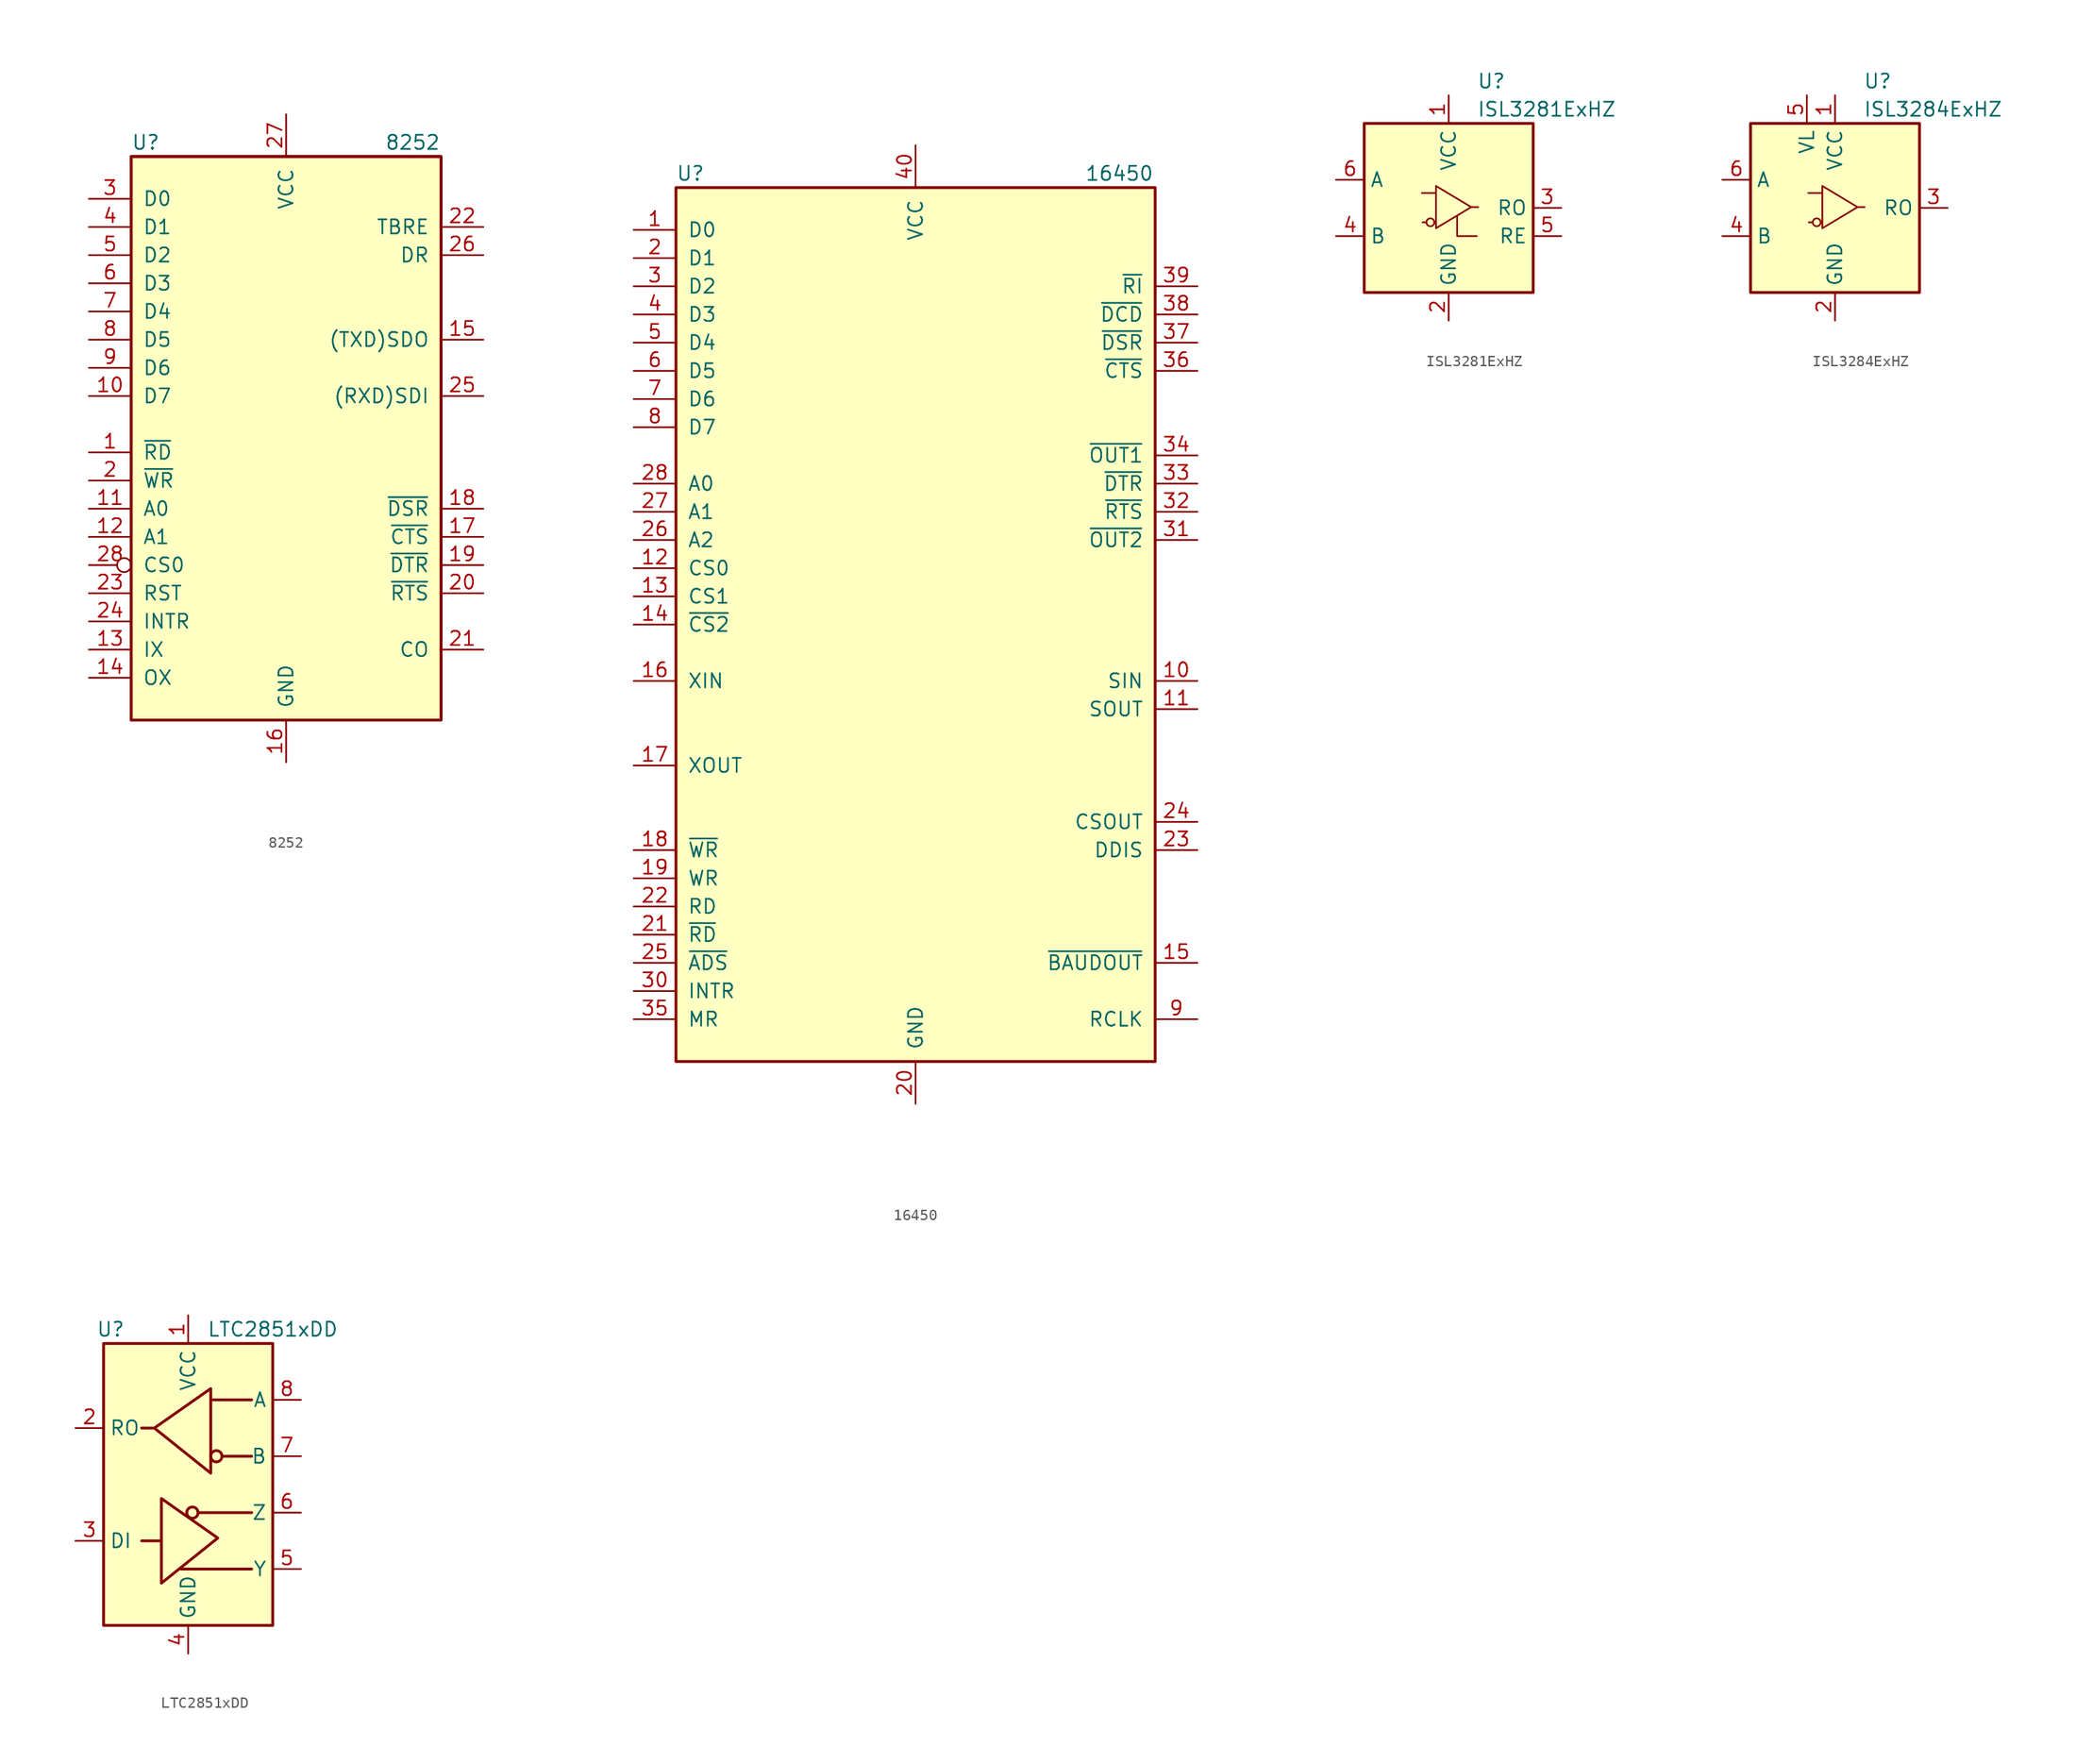
<source format=kicad_sym>
(kicad_symbol_lib
  (version 20220914)
  (generator kicad_symbol_editor)
  (symbol "8252"
    (pin_names
      (offset 1.016))
    (property "Reference" "U"
      (at -13.97 25.4 0)
      (effects (font (size 1.27 1.27)) (justify left)))
    (property "Value" "8252"
      (at 8.89 25.4 0)
      (effects (font (size 1.27 1.27)) (justify left)))
    (symbol "8252_0_1"
      (rectangle (start -13.97 -26.67) (end 13.97 24.13) (stroke (width 0.254) (type default)) (fill (type background)))
      (rectangle (start -13.97 -26.67) (end 13.97 24.13) (stroke (width 0.254) (type default)) (fill (type background))))
    (symbol "8252_1_1"
      (pin input line (at -17.78 -2.54 0) (length 3.81) (name "~{RD}" (effects (font (size 1.27 1.27)))) (number "1" (effects (font (size 1.27 1.27)))))
      (pin bidirectional line (at -17.78 2.54 0) (length 3.81) (name "D7" (effects (font (size 1.27 1.27)))) (number "10" (effects (font (size 1.27 1.27)))))
      (pin input line (at -17.78 -7.62 0) (length 3.81) (name "A0" (effects (font (size 1.27 1.27)))) (number "11" (effects (font (size 1.27 1.27)))))
      (pin input line (at -17.78 -10.16 0) (length 3.81) (name "A1" (effects (font (size 1.27 1.27)))) (number "12" (effects (font (size 1.27 1.27)))))
      (pin input line (at -17.78 -20.32 0) (length 3.81) (name "IX" (effects (font (size 1.27 1.27)))) (number "13" (effects (font (size 1.27 1.27)))))
      (pin output line (at -17.78 -22.86 0) (length 3.81) (name "OX" (effects (font (size 1.27 1.27)))) (number "14" (effects (font (size 1.27 1.27)))))
      (pin output line (at 17.78 7.62 180) (length 3.81) (name "(TXD)SDO" (effects (font (size 1.27 1.27)))) (number "15" (effects (font (size 1.27 1.27)))))
      (pin power_in line (at 0 -30.48 90) (length 3.81) (name "GND" (effects (font (size 1.27 1.27)))) (number "16" (effects (font (size 1.27 1.27)))))
      (pin input line (at 17.78 -10.16 180) (length 3.81) (name "~{CTS}" (effects (font (size 1.27 1.27)))) (number "17" (effects (font (size 1.27 1.27)))))
      (pin input line (at 17.78 -7.62 180) (length 3.81) (name "~{DSR}" (effects (font (size 1.27 1.27)))) (number "18" (effects (font (size 1.27 1.27)))))
      (pin output line (at 17.78 -12.7 180) (length 3.81) (name "~{DTR}" (effects (font (size 1.27 1.27)))) (number "19" (effects (font (size 1.27 1.27)))))
      (pin input line (at -17.78 -5.08 0) (length 3.81) (name "~{WR}" (effects (font (size 1.27 1.27)))) (number "2" (effects (font (size 1.27 1.27)))))
      (pin output line (at 17.78 -15.24 180) (length 3.81) (name "~{RTS}" (effects (font (size 1.27 1.27)))) (number "20" (effects (font (size 1.27 1.27)))))
      (pin output line (at 17.78 -20.32 180) (length 3.81) (name "CO" (effects (font (size 1.27 1.27)))) (number "21" (effects (font (size 1.27 1.27)))))
      (pin output line (at 17.78 17.78 180) (length 3.81) (name "TBRE" (effects (font (size 1.27 1.27)))) (number "22" (effects (font (size 1.27 1.27)))))
      (pin input line (at -17.78 -15.24 0) (length 3.81) (name "RST" (effects (font (size 1.27 1.27)))) (number "23" (effects (font (size 1.27 1.27)))))
      (pin output line (at -17.78 -17.78 0) (length 3.81) (name "INTR" (effects (font (size 1.27 1.27)))) (number "24" (effects (font (size 1.27 1.27)))))
      (pin input line (at 17.78 2.54 180) (length 3.81) (name "(RXD)SDI" (effects (font (size 1.27 1.27)))) (number "25" (effects (font (size 1.27 1.27)))))
      (pin output line (at 17.78 15.24 180) (length 3.81) (name "DR" (effects (font (size 1.27 1.27)))) (number "26" (effects (font (size 1.27 1.27)))))
      (pin power_in line (at 0 27.94 270) (length 3.81) (name "VCC" (effects (font (size 1.27 1.27)))) (number "27" (effects (font (size 1.27 1.27)))))
      (pin input inverted (at -17.78 -12.7 0) (length 3.81) (name "CS0" (effects (font (size 1.27 1.27)))) (number "28" (effects (font (size 1.27 1.27)))))
      (pin bidirectional line (at -17.78 20.32 0) (length 3.81) (name "D0" (effects (font (size 1.27 1.27)))) (number "3" (effects (font (size 1.27 1.27)))))
      (pin bidirectional line (at -17.78 17.78 0) (length 3.81) (name "D1" (effects (font (size 1.27 1.27)))) (number "4" (effects (font (size 1.27 1.27)))))
      (pin bidirectional line (at -17.78 15.24 0) (length 3.81) (name "D2" (effects (font (size 1.27 1.27)))) (number "5" (effects (font (size 1.27 1.27)))))
      (pin bidirectional line (at -17.78 12.7 0) (length 3.81) (name "D3" (effects (font (size 1.27 1.27)))) (number "6" (effects (font (size 1.27 1.27)))))
      (pin bidirectional line (at -17.78 10.16 0) (length 3.81) (name "D4" (effects (font (size 1.27 1.27)))) (number "7" (effects (font (size 1.27 1.27)))))
      (pin bidirectional line (at -17.78 7.62 0) (length 3.81) (name "D5" (effects (font (size 1.27 1.27)))) (number "8" (effects (font (size 1.27 1.27)))))
      (pin bidirectional line (at -17.78 5.08 0) (length 3.81) (name "D6" (effects (font (size 1.27 1.27)))) (number "9" (effects (font (size 1.27 1.27)))))))
  (symbol "16450"
    (pin_names
      (offset 1.016))
    (property "Reference" "U"
      (at -21.59 40.64 0)
      (effects (font (size 1.27 1.27)) (justify left)))
    (property "Value" "16450"
      (at 15.24 40.64 0)
      (effects (font (size 1.27 1.27)) (justify left)))
    (symbol "16450_0_1"
      (rectangle (start -21.59 -39.37) (end 21.59 39.37) (stroke (width 0.254) (type default)) (fill (type background))))
    (symbol "16450_1_1"
      (pin bidirectional line (at -25.4 35.56 0) (length 3.81) (name "D0" (effects (font (size 1.27 1.27)))) (number "1" (effects (font (size 1.27 1.27)))))
      (pin input line (at 25.4 -5.08 180) (length 3.81) (name "SIN" (effects (font (size 1.27 1.27)))) (number "10" (effects (font (size 1.27 1.27)))))
      (pin output line (at 25.4 -7.62 180) (length 3.81) (name "SOUT" (effects (font (size 1.27 1.27)))) (number "11" (effects (font (size 1.27 1.27)))))
      (pin input line (at -25.4 5.08 0) (length 3.81) (name "CS0" (effects (font (size 1.27 1.27)))) (number "12" (effects (font (size 1.27 1.27)))))
      (pin input line (at -25.4 2.54 0) (length 3.81) (name "CS1" (effects (font (size 1.27 1.27)))) (number "13" (effects (font (size 1.27 1.27)))))
      (pin input line (at -25.4 0 0) (length 3.81) (name "~{CS2}" (effects (font (size 1.27 1.27)))) (number "14" (effects (font (size 1.27 1.27)))))
      (pin output line (at 25.4 -30.48 180) (length 3.81) (name "~{BAUDOUT}" (effects (font (size 1.27 1.27)))) (number "15" (effects (font (size 1.27 1.27)))))
      (pin input line (at -25.4 -5.08 0) (length 3.81) (name "XIN" (effects (font (size 1.27 1.27)))) (number "16" (effects (font (size 1.27 1.27)))))
      (pin output line (at -25.4 -12.7 0) (length 3.81) (name "XOUT" (effects (font (size 1.27 1.27)))) (number "17" (effects (font (size 1.27 1.27)))))
      (pin input line (at -25.4 -20.32 0) (length 3.81) (name "~{WR}" (effects (font (size 1.27 1.27)))) (number "18" (effects (font (size 1.27 1.27)))))
      (pin input line (at -25.4 -22.86 0) (length 3.81) (name "WR" (effects (font (size 1.27 1.27)))) (number "19" (effects (font (size 1.27 1.27)))))
      (pin bidirectional line (at -25.4 33.02 0) (length 3.81) (name "D1" (effects (font (size 1.27 1.27)))) (number "2" (effects (font (size 1.27 1.27)))))
      (pin power_in line (at 0 -43.18 90) (length 3.81) (name "GND" (effects (font (size 1.27 1.27)))) (number "20" (effects (font (size 1.27 1.27)))))
      (pin input line (at -25.4 -27.94 0) (length 3.81) (name "~{RD}" (effects (font (size 1.27 1.27)))) (number "21" (effects (font (size 1.27 1.27)))))
      (pin input line (at -25.4 -25.4 0) (length 3.81) (name "RD" (effects (font (size 1.27 1.27)))) (number "22" (effects (font (size 1.27 1.27)))))
      (pin output line (at 25.4 -20.32 180) (length 3.81) (name "DDIS" (effects (font (size 1.27 1.27)))) (number "23" (effects (font (size 1.27 1.27)))))
      (pin output line (at 25.4 -17.78 180) (length 3.81) (name "CSOUT" (effects (font (size 1.27 1.27)))) (number "24" (effects (font (size 1.27 1.27)))))
      (pin input line (at -25.4 -30.48 0) (length 3.81) (name "~{ADS}" (effects (font (size 1.27 1.27)))) (number "25" (effects (font (size 1.27 1.27)))))
      (pin input line (at -25.4 7.62 0) (length 3.81) (name "A2" (effects (font (size 1.27 1.27)))) (number "26" (effects (font (size 1.27 1.27)))))
      (pin input line (at -25.4 10.16 0) (length 3.81) (name "A1" (effects (font (size 1.27 1.27)))) (number "27" (effects (font (size 1.27 1.27)))))
      (pin input line (at -25.4 12.7 0) (length 3.81) (name "A0" (effects (font (size 1.27 1.27)))) (number "28" (effects (font (size 1.27 1.27)))))
      (pin bidirectional line (at -25.4 30.48 0) (length 3.81) (name "D2" (effects (font (size 1.27 1.27)))) (number "3" (effects (font (size 1.27 1.27)))))
      (pin output line (at -25.4 -33.02 0) (length 3.81) (name "INTR" (effects (font (size 1.27 1.27)))) (number "30" (effects (font (size 1.27 1.27)))))
      (pin output line (at 25.4 7.62 180) (length 3.81) (name "~{OUT2}" (effects (font (size 1.27 1.27)))) (number "31" (effects (font (size 1.27 1.27)))))
      (pin output line (at 25.4 10.16 180) (length 3.81) (name "~{RTS}" (effects (font (size 1.27 1.27)))) (number "32" (effects (font (size 1.27 1.27)))))
      (pin output line (at 25.4 12.7 180) (length 3.81) (name "~{DTR}" (effects (font (size 1.27 1.27)))) (number "33" (effects (font (size 1.27 1.27)))))
      (pin output line (at 25.4 15.24 180) (length 3.81) (name "~{OUT1}" (effects (font (size 1.27 1.27)))) (number "34" (effects (font (size 1.27 1.27)))))
      (pin input line (at -25.4 -35.56 0) (length 3.81) (name "MR" (effects (font (size 1.27 1.27)))) (number "35" (effects (font (size 1.27 1.27)))))
      (pin input line (at 25.4 22.86 180) (length 3.81) (name "~{CTS}" (effects (font (size 1.27 1.27)))) (number "36" (effects (font (size 1.27 1.27)))))
      (pin input line (at 25.4 25.4 180) (length 3.81) (name "~{DSR}" (effects (font (size 1.27 1.27)))) (number "37" (effects (font (size 1.27 1.27)))))
      (pin input line (at 25.4 27.94 180) (length 3.81) (name "~{DCD}" (effects (font (size 1.27 1.27)))) (number "38" (effects (font (size 1.27 1.27)))))
      (pin input line (at 25.4 30.48 180) (length 3.81) (name "~{RI}" (effects (font (size 1.27 1.27)))) (number "39" (effects (font (size 1.27 1.27)))))
      (pin bidirectional line (at -25.4 27.94 0) (length 3.81) (name "D3" (effects (font (size 1.27 1.27)))) (number "4" (effects (font (size 1.27 1.27)))))
      (pin power_in line (at 0 43.18 270) (length 3.81) (name "VCC" (effects (font (size 1.27 1.27)))) (number "40" (effects (font (size 1.27 1.27)))))
      (pin bidirectional line (at -25.4 25.4 0) (length 3.81) (name "D4" (effects (font (size 1.27 1.27)))) (number "5" (effects (font (size 1.27 1.27)))))
      (pin bidirectional line (at -25.4 22.86 0) (length 3.81) (name "D5" (effects (font (size 1.27 1.27)))) (number "6" (effects (font (size 1.27 1.27)))))
      (pin bidirectional line (at -25.4 20.32 0) (length 3.81) (name "D6" (effects (font (size 1.27 1.27)))) (number "7" (effects (font (size 1.27 1.27)))))
      (pin bidirectional line (at -25.4 17.78 0) (length 3.81) (name "D7" (effects (font (size 1.27 1.27)))) (number "8" (effects (font (size 1.27 1.27)))))
      (pin input line (at 25.4 -35.56 180) (length 3.81) (name "RCLK" (effects (font (size 1.27 1.27)))) (number "9" (effects (font (size 1.27 1.27)))))))
  (symbol "ISL3281ExHZ"
    (property "Reference" "U"
      (at 2.54 11.43 0)
      (effects (font (size 1.27 1.27)) (justify left)))
    (property "Value" "ISL3281ExHZ"
      (at 2.54 8.89 0)
      (effects (font (size 1.27 1.27)) (justify left)))
    (symbol "ISL3281ExHZ_0_1"
      (polyline (pts (xy 0.762 -0.762) (xy 0.762 -2.54) (xy 2.54 -2.54)) (stroke (width 0) (type default)) (fill (type none)))
      (rectangle (start 7.62 7.62) (end -7.62 -7.62) (stroke (width 0.254) (type default)) (fill (type background))))
    (symbol "ISL3281ExHZ_1_1"
      (circle (center -1.651 -1.295) (radius 0.356) (stroke (width 0) (type default)) (fill (type none)))
      (polyline (pts (xy -2.057 -1.295) (xy -2.362 -1.295)) (stroke (width 0) (type default)) (fill (type none)))
      (polyline (pts (xy 2.032 0.076) (xy 2.667 0.076)) (stroke (width 0) (type default)) (fill (type none)))
      (polyline (pts (xy -1.143 1.981) (xy -1.143 -1.829) (xy 2.032 0.076) (xy -1.143 1.981) (xy -1.143 1.346) (xy -2.413 1.346)) (stroke (width 0) (type default)) (fill (type none)))
      (pin power_in line (at 0 10.16 270) (length 2.54) (name "VCC" (effects (font (size 1.27 1.27)))) (number "1" (effects (font (size 1.27 1.27)))))
      (pin power_in line (at 0 -10.16 90) (length 2.54) (name "GND" (effects (font (size 1.27 1.27)))) (number "2" (effects (font (size 1.27 1.27)))))
      (pin output line (at 10.16 0 180) (length 2.54) (name "RO" (effects (font (size 1.27 1.27)))) (number "3" (effects (font (size 1.27 1.27)))))
      (pin input line (at -10.16 -2.54 0) (length 2.54) (name "B" (effects (font (size 1.27 1.27)))) (number "4" (effects (font (size 1.27 1.27)))))
      (pin input line (at 10.16 -2.54 180) (length 2.54) (name "RE" (effects (font (size 1.27 1.27)))) (number "5" (effects (font (size 1.27 1.27)))))
      (pin input line (at -10.16 2.54 0) (length 2.54) (name "A" (effects (font (size 1.27 1.27)))) (number "6" (effects (font (size 1.27 1.27)))))))
  (symbol "ISL3284ExHZ"
    (property "Reference" "U"
      (at 2.54 11.43 0)
      (effects (font (size 1.27 1.27)) (justify left)))
    (property "Value" "ISL3284ExHZ"
      (at 2.54 8.89 0)
      (effects (font (size 1.27 1.27)) (justify left)))
    (symbol "ISL3284ExHZ_0_1"
      (rectangle (start 7.62 7.62) (end -7.62 -7.62) (stroke (width 0.254) (type default)) (fill (type background))))
    (symbol "ISL3284ExHZ_1_1"
      (circle (center -1.651 -1.295) (radius 0.356) (stroke (width 0) (type default)) (fill (type none)))
      (polyline (pts (xy -2.057 -1.295) (xy -2.362 -1.295)) (stroke (width 0) (type default)) (fill (type none)))
      (polyline (pts (xy 2.032 0.076) (xy 2.667 0.076)) (stroke (width 0) (type default)) (fill (type none)))
      (polyline (pts (xy -1.143 1.981) (xy -1.143 -1.829) (xy 2.032 0.076) (xy -1.143 1.981) (xy -1.143 1.346) (xy -2.413 1.346)) (stroke (width 0) (type default)) (fill (type none)))
      (pin power_in line (at 0 10.16 270) (length 2.54) (name "VCC" (effects (font (size 1.27 1.27)))) (number "1" (effects (font (size 1.27 1.27)))))
      (pin power_in line (at 0 -10.16 90) (length 2.54) (name "GND" (effects (font (size 1.27 1.27)))) (number "2" (effects (font (size 1.27 1.27)))))
      (pin output line (at 10.16 0 180) (length 2.54) (name "RO" (effects (font (size 1.27 1.27)))) (number "3" (effects (font (size 1.27 1.27)))))
      (pin input line (at -10.16 -2.54 0) (length 2.54) (name "B" (effects (font (size 1.27 1.27)))) (number "4" (effects (font (size 1.27 1.27)))))
      (pin power_in line (at -2.54 10.16 270) (length 2.54) (name "VL" (effects (font (size 1.27 1.27)))) (number "5" (effects (font (size 1.27 1.27)))))
      (pin input line (at -10.16 2.54 0) (length 2.54) (name "A" (effects (font (size 1.27 1.27)))) (number "6" (effects (font (size 1.27 1.27)))))))
  (symbol "LTC2851xDD"
    (property "Reference" "U"
      (at -6.985 13.97 0)
      (effects (font (size 1.27 1.27))))
    (property "Value" "LTC2851xDD"
      (at 7.62 13.97 0)
      (effects (font (size 1.27 1.27))))
    (symbol "LTC2851xDD_0_1"
      (rectangle (start -7.62 12.7) (end 7.62 -12.7) (stroke (width 0.254) (type default)) (fill (type background))))
    (symbol "LTC2851xDD_1_1"
      (polyline (pts (xy -2.54 -5.08) (xy -4.191 -5.08)) (stroke (width 0.254) (type default)) (fill (type none)))
      (polyline (pts (xy -0.635 -7.62) (xy 5.715 -7.62)) (stroke (width 0.254) (type default)) (fill (type none)))
      (polyline (pts (xy 0.889 -2.54) (xy 5.715 -2.54)) (stroke (width 0.254) (type default)) (fill (type none)))
      (polyline (pts (xy 2.032 7.62) (xy 5.715 7.62)) (stroke (width 0.254) (type default)) (fill (type none)))
      (polyline (pts (xy 3.048 2.54) (xy 5.715 2.54)) (stroke (width 0.254) (type default)) (fill (type none)))
      (polyline (pts (xy -3.175 5.08) (xy -4.191 5.08) (xy -4.064 5.08)) (stroke (width 0.254) (type default)) (fill (type none)))
      (polyline (pts (xy -2.413 -5.08) (xy -2.413 -1.27) (xy 2.667 -4.826) (xy -2.413 -8.89) (xy -2.413 -5.08)) (stroke (width 0.254) (type default)) (fill (type none)))
      (polyline (pts (xy 2.032 4.826) (xy 2.032 8.636) (xy -3.048 5.08) (xy 2.032 1.016) (xy 2.032 4.826)) (stroke (width 0.254) (type default)) (fill (type none)))
      (circle (center 0.381 -2.54) (radius 0.508) (stroke (width 0.254) (type default)) (fill (type none)))
      (circle (center 2.54 2.54) (radius 0.508) (stroke (width 0.254) (type default)) (fill (type none)))
      (pin power_in line (at 0 15.24 270) (length 2.54) (name "VCC" (effects (font (size 1.27 1.27)))) (number "1" (effects (font (size 1.27 1.27)))))
      (pin output line (at -10.16 5.08 0) (length 2.54) (name "RO" (effects (font (size 1.27 1.27)))) (number "2" (effects (font (size 1.27 1.27)))))
      (pin input line (at -10.16 -5.08 0) (length 2.54) (name "DI" (effects (font (size 1.27 1.27)))) (number "3" (effects (font (size 1.27 1.27)))))
      (pin power_in line (at 0 -15.24 90) (length 2.54) (name "GND" (effects (font (size 1.27 1.27)))) (number "4" (effects (font (size 1.27 1.27)))))
      (pin output line (at 10.16 -7.62 180) (length 2.54) (name "Y" (effects (font (size 1.27 1.27)))) (number "5" (effects (font (size 1.27 1.27)))))
      (pin output line (at 10.16 -2.54 180) (length 2.54) (name "Z" (effects (font (size 1.27 1.27)))) (number "6" (effects (font (size 1.27 1.27)))))
      (pin input line (at 10.16 2.54 180) (length 2.54) (name "B" (effects (font (size 1.27 1.27)))) (number "7" (effects (font (size 1.27 1.27)))))
      (pin input line (at 10.16 7.62 180) (length 2.54) (name "A" (effects (font (size 1.27 1.27)))) (number "8" (effects (font (size 1.27 1.27)))))
      (pin passive line (at 0 -15.24 90) (length 2.54) hide (name "GND" (effects (font (size 1.27 1.27)))) (number "9" (effects (font (size 1.27 1.27))))))))
</source>
